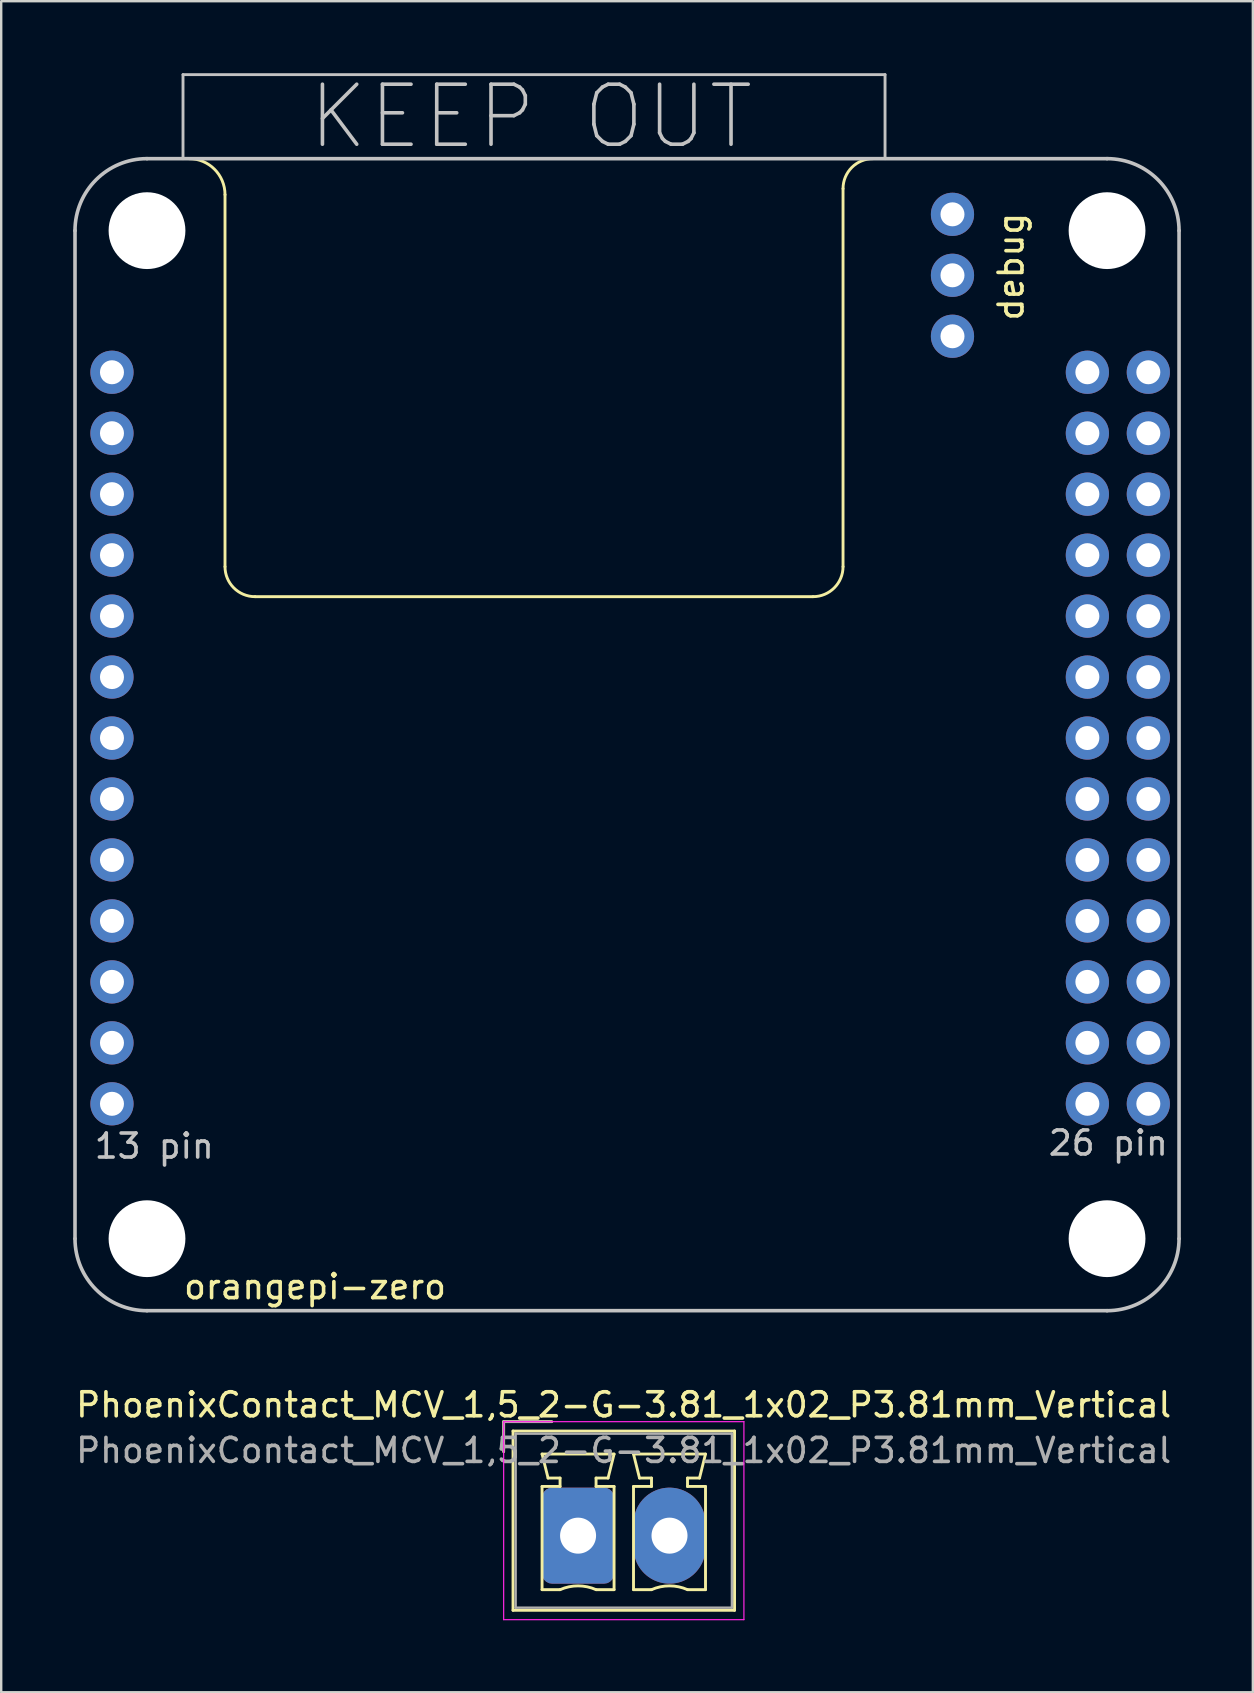
<source format=kicad_pcb>
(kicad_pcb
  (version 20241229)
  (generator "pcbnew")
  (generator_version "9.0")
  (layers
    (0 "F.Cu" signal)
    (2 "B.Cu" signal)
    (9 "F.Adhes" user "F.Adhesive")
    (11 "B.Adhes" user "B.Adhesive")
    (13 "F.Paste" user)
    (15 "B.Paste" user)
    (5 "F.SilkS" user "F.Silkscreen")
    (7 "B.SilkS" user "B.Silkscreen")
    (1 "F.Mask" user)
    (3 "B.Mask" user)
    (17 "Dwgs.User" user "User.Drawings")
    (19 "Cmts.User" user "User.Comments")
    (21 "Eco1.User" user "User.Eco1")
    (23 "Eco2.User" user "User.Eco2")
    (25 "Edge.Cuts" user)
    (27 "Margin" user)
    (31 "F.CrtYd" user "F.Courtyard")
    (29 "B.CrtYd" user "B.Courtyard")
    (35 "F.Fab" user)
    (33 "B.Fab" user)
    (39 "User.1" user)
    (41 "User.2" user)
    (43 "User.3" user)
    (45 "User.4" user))
  (footprint "PhoenixContact_MCV_1,5_2-G-3.81_1x02_P3.81mm_Vertical"
    (layer "F.Cu")
    (at 21.035 60.933)
    (property "Reference" "PhoenixContact_MCV_1,5_2-G-3.81_1x02_P3.81mm_Vertical" (at 1.9 -5.45 0) (layer "F.SilkS") (effects (font (size 1 1) (thickness 0.15))))
    (attr through_hole)
    (fp_line (start -3.1 -4.75) (end -1.1 -4.75) (stroke (width 0.12) (type solid)) (layer "F.SilkS"))
    (fp_line (start -3.1 -3.5) (end -3.1 -4.75) (stroke (width 0.12) (type solid)) (layer "F.SilkS"))
    (fp_line (start -2.71 -4.36) (end -2.71 3.11) (stroke (width 0.12) (type solid)) (layer "F.SilkS"))
    (fp_line (start -2.71 3.11) (end 6.52 3.11) (stroke (width 0.12) (type solid)) (layer "F.SilkS"))
    (fp_line (start -1.5 -3.4) (end 1.5 -3.4) (stroke (width 0.12) (type solid)) (layer "F.SilkS"))
    (fp_line (start -1.5 -2.05) (end -0.75 -2.05) (stroke (width 0.12) (type solid)) (layer "F.SilkS"))
    (fp_line (start -1.5 2.25) (end -1.5 -2.05) (stroke (width 0.12) (type solid)) (layer "F.SilkS"))
    (fp_line (start -1.25 -2.4) (end -1.5 -3.4) (stroke (width 0.12) (type solid)) (layer "F.SilkS"))
    (fp_line (start -0.75 -2.4) (end -1.25 -2.4) (stroke (width 0.12) (type solid)) (layer "F.SilkS"))
    (fp_line (start -0.75 -2.05) (end -0.75 -2.4) (stroke (width 0.12) (type solid)) (layer "F.SilkS"))
    (fp_line (start -0.75 2.25) (end -1.5 2.25) (stroke (width 0.12) (type solid)) (layer "F.SilkS"))
    (fp_line (start 0.75 -2.4) (end 0.75 -2.05) (stroke (width 0.12) (type solid)) (layer "F.SilkS"))
    (fp_line (start 0.75 -2.05) (end 1.5 -2.05) (stroke (width 0.12) (type solid)) (layer "F.SilkS"))
    (fp_line (start 1.25 -2.4) (end 0.75 -2.4) (stroke (width 0.12) (type solid)) (layer "F.SilkS"))
    (fp_line (start 1.5 -3.4) (end 1.25 -2.4) (stroke (width 0.12) (type solid)) (layer "F.SilkS"))
    (fp_line (start 1.5 -2.05) (end 1.5 2.25) (stroke (width 0.12) (type solid)) (layer "F.SilkS"))
    (fp_line (start 1.5 2.25) (end 0.75 2.25) (stroke (width 0.12) (type solid)) (layer "F.SilkS"))
    (fp_line (start 2.31 -3.4) (end 5.31 -3.4) (stroke (width 0.12) (type solid)) (layer "F.SilkS"))
    (fp_line (start 2.31 -2.05) (end 3.06 -2.05) (stroke (width 0.12) (type solid)) (layer "F.SilkS"))
    (fp_line (start 2.31 2.25) (end 2.31 -2.05) (stroke (width 0.12) (type solid)) (layer "F.SilkS"))
    (fp_line (start 2.56 -2.4) (end 2.31 -3.4) (stroke (width 0.12) (type solid)) (layer "F.SilkS"))
    (fp_line (start 3.06 -2.4) (end 2.56 -2.4) (stroke (width 0.12) (type solid)) (layer "F.SilkS"))
    (fp_line (start 3.06 -2.05) (end 3.06 -2.4) (stroke (width 0.12) (type solid)) (layer "F.SilkS"))
    (fp_line (start 3.06 2.25) (end 2.31 2.25) (stroke (width 0.12) (type solid)) (layer "F.SilkS"))
    (fp_line (start 4.56 -2.4) (end 4.56 -2.05) (stroke (width 0.12) (type solid)) (layer "F.SilkS"))
    (fp_line (start 4.56 -2.05) (end 5.31 -2.05) (stroke (width 0.12) (type solid)) (layer "F.SilkS"))
    (fp_line (start 5.06 -2.4) (end 4.56 -2.4) (stroke (width 0.12) (type solid)) (layer "F.SilkS"))
    (fp_line (start 5.31 -3.4) (end 5.06 -2.4) (stroke (width 0.12) (type solid)) (layer "F.SilkS"))
    (fp_line (start 5.31 -2.05) (end 5.31 2.25) (stroke (width 0.12) (type solid)) (layer "F.SilkS"))
    (fp_line (start 5.31 2.25) (end 4.56 2.25) (stroke (width 0.12) (type solid)) (layer "F.SilkS"))
    (fp_line (start 6.52 -4.36) (end -2.71 -4.36) (stroke (width 0.12) (type solid)) (layer "F.SilkS"))
    (fp_line (start 6.52 3.11) (end 6.52 -4.36) (stroke (width 0.12) (type solid)) (layer "F.SilkS"))
    (fp_arc (start -0.75 2.25) (mid -0.000193 2.09191) (end 0.749647 2.249844) (stroke (width 0.12) (type solid)) (layer "F.SilkS"))
    (fp_arc (start 3.06 2.25) (mid 3.809807 2.09191) (end 4.559647 2.249844) (stroke (width 0.12) (type solid)) (layer "F.SilkS"))
    (fp_line (start -3.1 -4.75) (end -3.1 3.5) (stroke (width 0.05) (type solid)) (layer "F.CrtYd"))
    (fp_line (start -3.1 3.5) (end 6.91 3.5) (stroke (width 0.05) (type solid)) (layer "F.CrtYd"))
    (fp_line (start 6.91 -4.75) (end -3.1 -4.75) (stroke (width 0.05) (type solid)) (layer "F.CrtYd"))
    (fp_line (start 6.91 3.5) (end 6.91 -4.75) (stroke (width 0.05) (type solid)) (layer "F.CrtYd"))
    (fp_line (start -3.1 -4.75) (end -1.1 -4.75) (stroke (width 0.1) (type solid)) (layer "F.Fab"))
    (fp_line (start -3.1 -3.5) (end -3.1 -4.75) (stroke (width 0.1) (type solid)) (layer "F.Fab"))
    (fp_line (start -2.6 -4.25) (end -2.6 3) (stroke (width 0.1) (type solid)) (layer "F.Fab"))
    (fp_line (start -2.6 3) (end 6.41 3) (stroke (width 0.1) (type solid)) (layer "F.Fab"))
    (fp_line (start 6.41 -4.25) (end -2.6 -4.25) (stroke (width 0.1) (type solid)) (layer "F.Fab"))
    (fp_line (start 6.41 3) (end 6.41 -4.25) (stroke (width 0.1) (type solid)) (layer "F.Fab"))
    (fp_text user "${REFERENCE}" (at 1.9 -3.55 0) (layer "F.Fab") (effects (font (size 1 1) (thickness 0.15))))
    (pad "1" thru_hole roundrect (at 0 0) (size 3 4) (drill 1.5) (layers "*.Cu" "*.Mask") (roundrect_rratio 0.139))
    (pad "2" thru_hole oval (at 3.81 0) (size 3 4) (drill 1.5) (layers "*.Cu" "*.Mask")))
  (footprint "orangepi-zero"
    (layer "F.Cu")
    (at 22.3 28.192)
    (property "Reference" "orangepi-zero" (at -12.225 22.368 0) (layer "F.SilkS") (effects (font (size 1 1) (thickness 0.15))))
    (attr through_hole)
    (fp_circle (center -19.225 -21.632) (end -17.647 -21.632) (stroke (width 2) (type solid)) (fill no) (layer "F.Mask"))
    (fp_circle (center -19.225 20.368) (end -17.647 20.368) (stroke (width 2) (type solid)) (fill no) (layer "F.Mask"))
    (fp_circle (center 20.775 -21.632) (end 22.353 -21.632) (stroke (width 2) (type solid)) (fill no) (layer "F.Mask"))
    (fp_circle (center 20.775 20.368) (end 22.353 20.368) (stroke (width 2) (type solid)) (fill no) (layer "F.Mask"))
    (fp_circle (center -19.225 -21.632) (end -17.647 -21.632) (stroke (width 2) (type solid)) (fill no) (layer "B.Mask"))
    (fp_circle (center -19.225 20.368) (end -17.647 20.368) (stroke (width 2) (type solid)) (fill no) (layer "B.Mask"))
    (fp_circle (center 20.775 -21.632) (end 22.353 -21.632) (stroke (width 2) (type solid)) (fill no) (layer "B.Mask"))
    (fp_circle (center 20.775 20.368) (end 22.352 20.368) (stroke (width 2) (type solid)) (fill no) (layer "B.Mask"))
    (fp_line (start -15.975 -23.132) (end -15.975 -7.632) (stroke (width 0.12) (type solid)) (layer "F.SilkS"))
    (fp_line (start -14.725 -6.382) (end 8.525 -6.382) (stroke (width 0.12) (type solid)) (layer "F.SilkS"))
    (fp_line (start 9.775 -7.632) (end 9.775 -23.382) (stroke (width 0.12) (type solid)) (layer "F.SilkS"))
    (fp_arc (start -17.475 -24.632) (mid -16.41434 -24.19266) (end -15.975 -23.132) (stroke (width 0.12) (type solid)) (layer "F.SilkS"))
    (fp_arc (start -14.725 -6.382) (mid -15.608883 -6.748117) (end -15.975 -7.632) (stroke (width 0.12) (type solid)) (layer "F.SilkS"))
    (fp_arc (start 9.775 -23.382) (mid 10.141117 -24.265883) (end 11.025 -24.632) (stroke (width 0.12) (type solid)) (layer "F.SilkS"))
    (fp_arc (start 9.775 -7.632) (mid 9.408883 -6.748117) (end 8.525 -6.382) (stroke (width 0.12) (type solid)) (layer "F.SilkS"))
    (fp_line (start -22.225 20.368) (end -22.225 -21.632) (stroke (width 0.15) (type solid)) (layer "Dwgs.User"))
    (fp_line (start -19.225 -24.632) (end 20.775 -24.632) (stroke (width 0.15) (type solid)) (layer "Dwgs.User"))
    (fp_line (start -17.725 -28.132) (end 11.525 -28.132) (stroke (width 0.12) (type solid)) (layer "Dwgs.User"))
    (fp_line (start -17.725 -24.632) (end -17.725 -28.132) (stroke (width 0.12) (type solid)) (layer "Dwgs.User"))
    (fp_line (start 11.525 -28.132) (end 11.525 -24.632) (stroke (width 0.12) (type solid)) (layer "Dwgs.User"))
    (fp_line (start 20.775 23.368) (end -19.225 23.368) (stroke (width 0.15) (type solid)) (layer "Dwgs.User"))
    (fp_line (start 23.775 -21.632) (end 23.775 20.368) (stroke (width 0.15) (type solid)) (layer "Dwgs.User"))
    (fp_arc (start -22.225 -21.632) (mid -21.34632 -23.75332) (end -19.225 -24.632) (stroke (width 0.15) (type solid)) (layer "Dwgs.User"))
    (fp_arc (start -19.225 23.368) (mid -21.34632 22.48932) (end -22.225 20.368) (stroke (width 0.15) (type solid)) (layer "Dwgs.User"))
    (fp_arc (start 20.775 -24.632) (mid 22.89632 -23.75332) (end 23.775 -21.632) (stroke (width 0.15) (type solid)) (layer "Dwgs.User"))
    (fp_arc (start 23.775 20.368) (mid 22.89632 22.48932) (end 20.775 23.368) (stroke (width 0.15) (type solid)) (layer "Dwgs.User"))
    (fp_text user "debug" (at 16.775 -20.132 90) (layer "F.SilkS") (effects (font (size 1 1) (thickness 0.15))))
    (fp_text user "KEEP OUT" (at -3.225 -26.382 0) (layer "Dwgs.User") (effects (font (size 2.5 2.5) (thickness 0.15))))
    (fp_text user "13 pin" (at -18.923 16.51 0) (layer "Dwgs.User") (effects (font (size 1 1) (thickness 0.15))))
    (fp_text user "26 pin" (at 20.828 16.383 180) (layer "Dwgs.User") (effects (font (size 1 1) (thickness 0.15))))
    (pad "" np_thru_hole circle (at -19.225 -21.632) (size 3.2 3.2) (drill 3.2) (layers "*.Cu" "*.Mask"))
    (pad "" np_thru_hole circle (at -19.225 20.368) (size 3.2 3.2) (drill 3.2) (layers "*.Cu" "*.Mask"))
    (pad "" np_thru_hole circle (at 20.775 -21.632) (size 3.2 3.2) (drill 3.2) (layers "*.Cu" "*.Mask"))
    (pad "" np_thru_hole circle (at 20.775 20.368) (size 3.2 3.2) (drill 3.2) (layers "*.Cu" "*.Mask"))
    (pad "1" thru_hole circle (at -20.685 -15.732) (size 1.8 1.8) (drill 1) (layers "*.Cu" "*.Mask"))
    (pad "2" thru_hole circle (at -20.685 -13.192) (size 1.8 1.8) (drill 1) (layers "*.Cu" "*.Mask"))
    (pad "3" thru_hole circle (at -20.685 -10.652) (size 1.8 1.8) (drill 1) (layers "*.Cu" "*.Mask"))
    (pad "4" thru_hole circle (at -20.685 -8.112) (size 1.8 1.8) (drill 1) (layers "*.Cu" "*.Mask"))
    (pad "5" thru_hole circle (at -20.685 -5.572) (size 1.8 1.8) (drill 1) (layers "*.Cu" "*.Mask"))
    (pad "6" thru_hole circle (at -20.685 -3.032) (size 1.8 1.8) (drill 1) (layers "*.Cu" "*.Mask"))
    (pad "7" thru_hole circle (at -20.685 -0.492) (size 1.8 1.8) (drill 1) (layers "*.Cu" "*.Mask"))
    (pad "8" thru_hole circle (at -20.685 2.048) (size 1.8 1.8) (drill 1) (layers "*.Cu" "*.Mask"))
    (pad "9" thru_hole circle (at -20.685 4.588) (size 1.8 1.8) (drill 1) (layers "*.Cu" "*.Mask"))
    (pad "10" thru_hole circle (at -20.685 7.128) (size 1.8 1.8) (drill 1) (layers "*.Cu" "*.Mask"))
    (pad "11" thru_hole circle (at -20.685 9.668) (size 1.8 1.8) (drill 1) (layers "*.Cu" "*.Mask"))
    (pad "12" thru_hole circle (at -20.685 12.208) (size 1.8 1.8) (drill 1) (layers "*.Cu" "*.Mask"))
    (pad "13" thru_hole circle (at -20.685 14.748) (size 1.8 1.8) (drill 1) (layers "*.Cu" "*.Mask"))
    (pad "101" thru_hole circle (at 22.495 14.748) (size 1.8 1.8) (drill 1) (layers "*.Cu" "*.Mask"))
    (pad "102" thru_hole circle (at 19.955 14.748) (size 1.8 1.8) (drill 1) (layers "*.Cu" "*.Mask"))
    (pad "103" thru_hole circle (at 22.495 12.208) (size 1.8 1.8) (drill 1) (layers "*.Cu" "*.Mask"))
    (pad "104" thru_hole circle (at 19.955 12.208) (size 1.8 1.8) (drill 1) (layers "*.Cu" "*.Mask"))
    (pad "105" thru_hole circle (at 22.495 9.668) (size 1.8 1.8) (drill 1) (layers "*.Cu" "*.Mask"))
    (pad "106" thru_hole circle (at 19.955 9.668) (size 1.8 1.8) (drill 1) (layers "*.Cu" "*.Mask"))
    (pad "107" thru_hole circle (at 22.495 7.128) (size 1.8 1.8) (drill 1) (layers "*.Cu" "*.Mask"))
    (pad "108" thru_hole circle (at 19.955 7.128) (size 1.8 1.8) (drill 1) (layers "*.Cu" "*.Mask"))
    (pad "109" thru_hole circle (at 22.495 4.588) (size 1.8 1.8) (drill 1) (layers "*.Cu" "*.Mask"))
    (pad "110" thru_hole circle (at 19.955 4.588) (size 1.8 1.8) (drill 1) (layers "*.Cu" "*.Mask"))
    (pad "111" thru_hole circle (at 22.495 2.048) (size 1.8 1.8) (drill 1) (layers "*.Cu" "*.Mask"))
    (pad "112" thru_hole circle (at 19.955 2.048) (size 1.8 1.8) (drill 1) (layers "*.Cu" "*.Mask"))
    (pad "113" thru_hole circle (at 22.495 -0.492) (size 1.8 1.8) (drill 1) (layers "*.Cu" "*.Mask"))
    (pad "114" thru_hole circle (at 19.955 -0.492) (size 1.8 1.8) (drill 1) (layers "*.Cu" "*.Mask"))
    (pad "115" thru_hole circle (at 22.495 -3.032) (size 1.8 1.8) (drill 1) (layers "*.Cu" "*.Mask"))
    (pad "116" thru_hole circle (at 19.955 -3.032) (size 1.8 1.8) (drill 1) (layers "*.Cu" "*.Mask"))
    (pad "117" thru_hole circle (at 22.495 -5.572) (size 1.8 1.8) (drill 1) (layers "*.Cu" "*.Mask"))
    (pad "118" thru_hole circle (at 19.955 -5.572) (size 1.8 1.8) (drill 1) (layers "*.Cu" "*.Mask"))
    (pad "119" thru_hole circle (at 22.495 -8.112) (size 1.8 1.8) (drill 1) (layers "*.Cu" "*.Mask"))
    (pad "120" thru_hole circle (at 19.955 -8.112) (size 1.8 1.8) (drill 1) (layers "*.Cu" "*.Mask"))
    (pad "121" thru_hole circle (at 22.495 -10.652) (size 1.8 1.8) (drill 1) (layers "*.Cu" "*.Mask"))
    (pad "122" thru_hole circle (at 19.955 -10.652) (size 1.8 1.8) (drill 1) (layers "*.Cu" "*.Mask"))
    (pad "123" thru_hole circle (at 22.495 -13.192) (size 1.8 1.8) (drill 1) (layers "*.Cu" "*.Mask"))
    (pad "124" thru_hole circle (at 19.955 -13.192) (size 1.8 1.8) (drill 1) (layers "*.Cu" "*.Mask"))
    (pad "125" thru_hole circle (at 22.495 -15.732) (size 1.8 1.8) (drill 1) (layers "*.Cu" "*.Mask"))
    (pad "126" thru_hole circle (at 19.955 -15.732) (size 1.8 1.8) (drill 1) (layers "*.Cu" "*.Mask"))
    (pad "201" thru_hole circle (at 14.335 -22.312) (size 1.8 1.8) (drill 1) (layers "*.Cu" "*.Mask"))
    (pad "202" thru_hole circle (at 14.335 -19.772) (size 1.8 1.8) (drill 1) (layers "*.Cu" "*.Mask"))
    (pad "203" thru_hole circle (at 14.335 -17.232) (size 1.8 1.8) (drill 1) (layers "*.Cu" "*.Mask")))
  (gr_rect
    (start -3 -3)
    (end 49.15 67.458)
    (stroke (width 0.1) (type default))
    (fill no)
    (layer "Edge.Cuts")))
</source>
